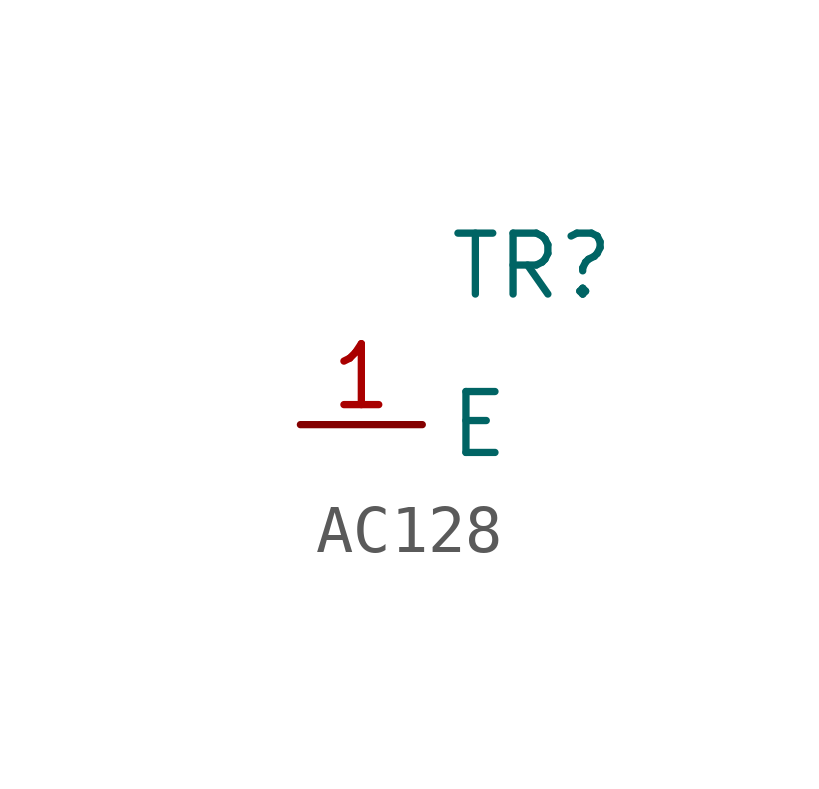
<source format=kicad_sym>
(kicad_symbol_lib
  (version 20241209)
  (generator "kicad_symbol_editor")
  (generator_version "9.0")
  (symbol "AC128"
    (property "Reference" "TR"
      (at 6.096 3.302 0)
      (effects (font (size 1.27 1.27))))
    (property "Value" ""
      (at 0 0 0)
      (effects (font (size 1.27 1.27))))
    (symbol "AC128_1_1"
      (pin input line (at 1.27 0 0) (length 2.54) (name "E" (effects (font (size 1.27 1.27)))) (number "1" (effects (font (size 1.27 1.27))))))))
</source>
